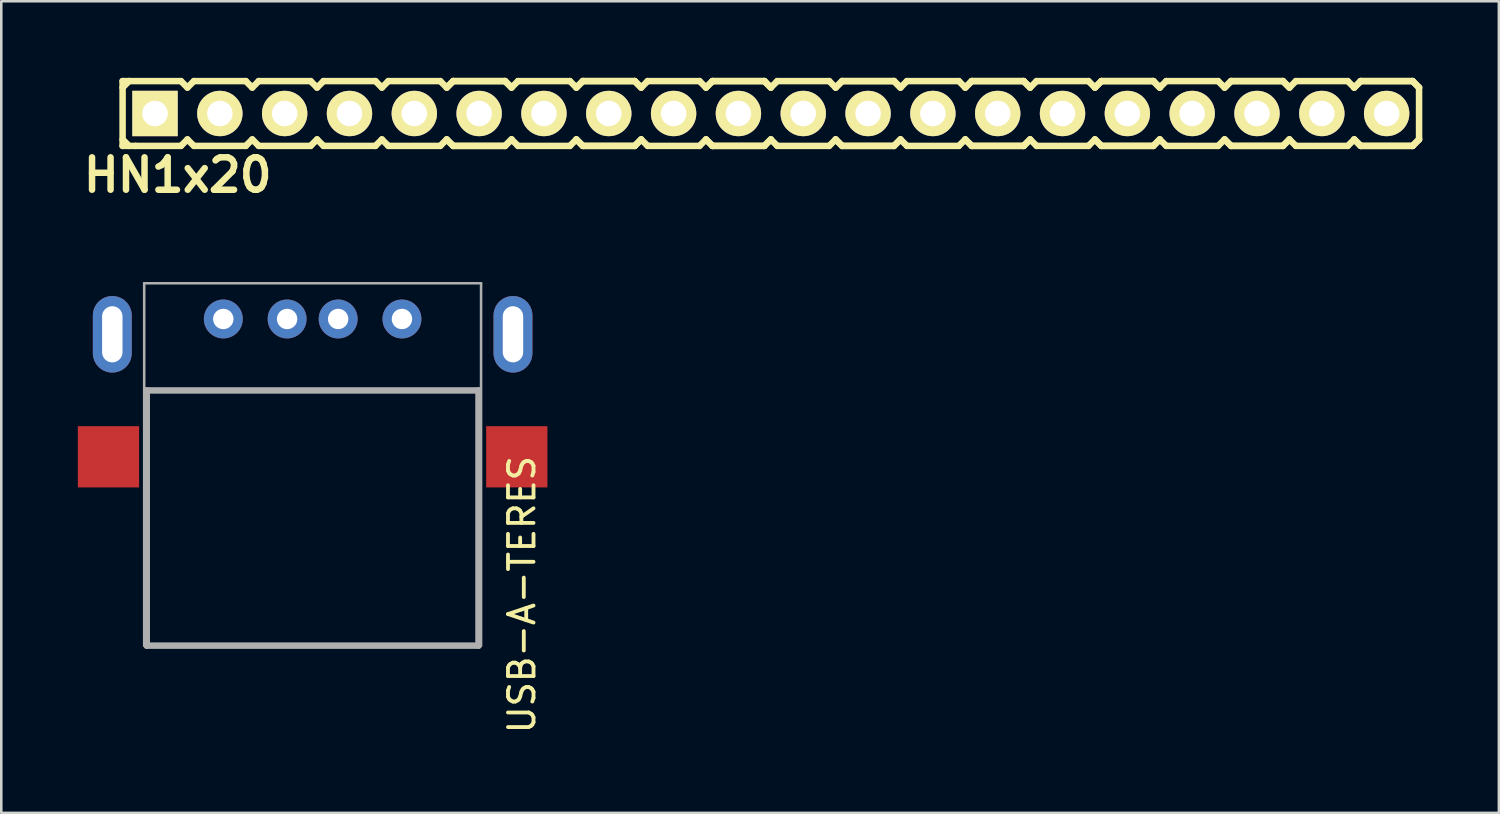
<source format=kicad_pcb>
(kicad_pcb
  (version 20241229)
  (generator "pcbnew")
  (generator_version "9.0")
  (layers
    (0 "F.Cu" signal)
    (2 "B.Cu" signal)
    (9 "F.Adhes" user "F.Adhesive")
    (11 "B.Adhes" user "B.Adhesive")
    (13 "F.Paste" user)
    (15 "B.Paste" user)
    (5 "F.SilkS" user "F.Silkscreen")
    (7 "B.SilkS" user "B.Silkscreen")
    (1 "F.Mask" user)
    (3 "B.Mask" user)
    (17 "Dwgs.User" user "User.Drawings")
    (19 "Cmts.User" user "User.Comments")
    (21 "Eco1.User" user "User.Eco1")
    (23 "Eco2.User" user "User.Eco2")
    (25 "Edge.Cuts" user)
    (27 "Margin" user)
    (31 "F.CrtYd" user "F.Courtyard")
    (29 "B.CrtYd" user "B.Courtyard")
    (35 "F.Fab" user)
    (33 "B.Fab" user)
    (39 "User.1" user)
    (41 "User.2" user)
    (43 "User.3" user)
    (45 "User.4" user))
  (footprint "HN1x20"
    (layer "F.Cu")
    (at 27.154 1.397)
    (property "Reference" "HN1x20" (at -23.241 2.413 0) (layer "F.SilkS") (effects (font (size 1.27 1.27) (thickness 0.254))))
    (attr smd)
    (fp_line (start -25.4 -1.27) (end -25.4 1.27) (stroke (width 0.254) (type solid)) (layer "F.SilkS"))
    (fp_line (start -25.4 -1.27) (end -25.146 -1.27) (stroke (width 0.254) (type solid)) (layer "F.SilkS"))
    (fp_line (start -25.4 -1.016) (end -25.146 -1.27) (stroke (width 0.254) (type solid)) (layer "F.SilkS"))
    (fp_line (start -25.146 -1.27) (end -23.114 -1.27) (stroke (width 0.254) (type solid)) (layer "F.SilkS"))
    (fp_line (start -25.146 1.27) (end -25.4 1.016) (stroke (width 0.254) (type solid)) (layer "F.SilkS"))
    (fp_line (start -24.892 1.27) (end -25.4 1.27) (stroke (width 0.254) (type solid)) (layer "F.SilkS"))
    (fp_line (start -23.114 -1.27) (end -22.86 -1.016) (stroke (width 0.254) (type solid)) (layer "F.SilkS"))
    (fp_line (start -23.114 1.27) (end -24.892 1.27) (stroke (width 0.254) (type solid)) (layer "F.SilkS"))
    (fp_line (start -22.86 -1.016) (end -22.606 -1.27) (stroke (width 0.254) (type solid)) (layer "F.SilkS"))
    (fp_line (start -22.86 1.016) (end -23.114 1.27) (stroke (width 0.254) (type solid)) (layer "F.SilkS"))
    (fp_line (start -22.606 -1.27) (end -20.574 -1.27) (stroke (width 0.254) (type solid)) (layer "F.SilkS"))
    (fp_line (start -22.606 1.27) (end -22.86 1.016) (stroke (width 0.254) (type solid)) (layer "F.SilkS"))
    (fp_line (start -20.574 -1.27) (end -20.32 -1.016) (stroke (width 0.254) (type solid)) (layer "F.SilkS"))
    (fp_line (start -20.574 1.27) (end -22.606 1.27) (stroke (width 0.254) (type solid)) (layer "F.SilkS"))
    (fp_line (start -20.574 1.27) (end -20.32 1.016) (stroke (width 0.254) (type solid)) (layer "F.SilkS"))
    (fp_line (start -20.32 -1.016) (end -20.066 -1.27) (stroke (width 0.254) (type solid)) (layer "F.SilkS"))
    (fp_line (start -20.32 1.016) (end -20.066 1.27) (stroke (width 0.254) (type solid)) (layer "F.SilkS"))
    (fp_line (start -20.066 -1.27) (end -18.034 -1.27) (stroke (width 0.254) (type solid)) (layer "F.SilkS"))
    (fp_line (start -18.034 -1.27) (end -17.78 -1.016) (stroke (width 0.254) (type solid)) (layer "F.SilkS"))
    (fp_line (start -18.034 1.27) (end -20.066 1.27) (stroke (width 0.254) (type solid)) (layer "F.SilkS"))
    (fp_line (start -17.78 -1.016) (end -17.526 -1.27) (stroke (width 0.254) (type solid)) (layer "F.SilkS"))
    (fp_line (start -17.78 1.016) (end -18.034 1.27) (stroke (width 0.254) (type solid)) (layer "F.SilkS"))
    (fp_line (start -17.526 -1.27) (end -15.494 -1.27) (stroke (width 0.254) (type solid)) (layer "F.SilkS"))
    (fp_line (start -17.526 1.27) (end -17.78 1.016) (stroke (width 0.254) (type solid)) (layer "F.SilkS"))
    (fp_line (start -15.494 -1.27) (end -15.24 -1.016) (stroke (width 0.254) (type solid)) (layer "F.SilkS"))
    (fp_line (start -15.494 1.27) (end -17.526 1.27) (stroke (width 0.254) (type solid)) (layer "F.SilkS"))
    (fp_line (start -15.24 -1.016) (end -14.986 -1.27) (stroke (width 0.254) (type solid)) (layer "F.SilkS"))
    (fp_line (start -15.24 1.016) (end -15.494 1.27) (stroke (width 0.254) (type solid)) (layer "F.SilkS"))
    (fp_line (start -14.986 -1.27) (end -12.954 -1.27) (stroke (width 0.254) (type solid)) (layer "F.SilkS"))
    (fp_line (start -14.986 1.27) (end -15.24 1.016) (stroke (width 0.254) (type solid)) (layer "F.SilkS"))
    (fp_line (start -12.954 -1.27) (end -12.7 -1.016) (stroke (width 0.254) (type solid)) (layer "F.SilkS"))
    (fp_line (start -12.954 1.27) (end -14.986 1.27) (stroke (width 0.254) (type solid)) (layer "F.SilkS"))
    (fp_line (start -12.7 -1.016) (end -12.446 -1.27) (stroke (width 0.254) (type solid)) (layer "F.SilkS"))
    (fp_line (start -12.7 -1.016) (end -12.446 -1.27) (stroke (width 0.254) (type solid)) (layer "F.SilkS"))
    (fp_line (start -12.7 1.016) (end -12.954 1.27) (stroke (width 0.254) (type solid)) (layer "F.SilkS"))
    (fp_line (start -12.446 -1.27) (end -10.414 -1.27) (stroke (width 0.254) (type solid)) (layer "F.SilkS"))
    (fp_line (start -12.446 -1.27) (end -10.414 -1.27) (stroke (width 0.254) (type solid)) (layer "F.SilkS"))
    (fp_line (start -12.446 1.27) (end -12.7 1.016) (stroke (width 0.254) (type solid)) (layer "F.SilkS"))
    (fp_line (start -12.446 1.27) (end -12.7 1.016) (stroke (width 0.254) (type solid)) (layer "F.SilkS"))
    (fp_line (start -10.414 -1.27) (end -10.16 -1.016) (stroke (width 0.254) (type solid)) (layer "F.SilkS"))
    (fp_line (start -10.414 -1.27) (end -10.16 -1.016) (stroke (width 0.254) (type solid)) (layer "F.SilkS"))
    (fp_line (start -10.414 1.27) (end -12.446 1.27) (stroke (width 0.254) (type solid)) (layer "F.SilkS"))
    (fp_line (start -10.414 1.27) (end -12.446 1.27) (stroke (width 0.254) (type solid)) (layer "F.SilkS"))
    (fp_line (start -10.16 -1.016) (end -9.906 -1.27) (stroke (width 0.254) (type solid)) (layer "F.SilkS"))
    (fp_line (start -10.16 1.016) (end -10.414 1.27) (stroke (width 0.254) (type solid)) (layer "F.SilkS"))
    (fp_line (start -10.16 1.016) (end -10.414 1.27) (stroke (width 0.254) (type solid)) (layer "F.SilkS"))
    (fp_line (start -9.906 -1.27) (end -7.874 -1.27) (stroke (width 0.254) (type solid)) (layer "F.SilkS"))
    (fp_line (start -9.906 1.27) (end -10.16 1.016) (stroke (width 0.254) (type solid)) (layer "F.SilkS"))
    (fp_line (start -7.874 -1.27) (end -7.62 -1.016) (stroke (width 0.254) (type solid)) (layer "F.SilkS"))
    (fp_line (start -7.874 1.27) (end -9.906 1.27) (stroke (width 0.254) (type solid)) (layer "F.SilkS"))
    (fp_line (start -7.62 -1.016) (end -7.366 -1.27) (stroke (width 0.254) (type solid)) (layer "F.SilkS"))
    (fp_line (start -7.62 -1.016) (end -7.366 -1.27) (stroke (width 0.254) (type solid)) (layer "F.SilkS"))
    (fp_line (start -7.62 1.016) (end -7.874 1.27) (stroke (width 0.254) (type solid)) (layer "F.SilkS"))
    (fp_line (start -7.366 -1.27) (end -5.334 -1.27) (stroke (width 0.254) (type solid)) (layer "F.SilkS"))
    (fp_line (start -7.366 -1.27) (end -5.334 -1.27) (stroke (width 0.254) (type solid)) (layer "F.SilkS"))
    (fp_line (start -7.366 1.27) (end -7.62 1.016) (stroke (width 0.254) (type solid)) (layer "F.SilkS"))
    (fp_line (start -7.366 1.27) (end -7.62 1.016) (stroke (width 0.254) (type solid)) (layer "F.SilkS"))
    (fp_line (start -5.334 -1.27) (end -5.08 -1.016) (stroke (width 0.254) (type solid)) (layer "F.SilkS"))
    (fp_line (start -5.334 -1.27) (end -5.08 -1.016) (stroke (width 0.254) (type solid)) (layer "F.SilkS"))
    (fp_line (start -5.334 1.27) (end -7.366 1.27) (stroke (width 0.254) (type solid)) (layer "F.SilkS"))
    (fp_line (start -5.334 1.27) (end -7.366 1.27) (stroke (width 0.254) (type solid)) (layer "F.SilkS"))
    (fp_line (start -5.08 -1.016) (end -4.826 -1.27) (stroke (width 0.254) (type solid)) (layer "F.SilkS"))
    (fp_line (start -5.08 1.016) (end -5.334 1.27) (stroke (width 0.254) (type solid)) (layer "F.SilkS"))
    (fp_line (start -5.08 1.016) (end -5.334 1.27) (stroke (width 0.254) (type solid)) (layer "F.SilkS"))
    (fp_line (start -4.826 -1.27) (end -2.794 -1.27) (stroke (width 0.254) (type solid)) (layer "F.SilkS"))
    (fp_line (start -4.826 1.27) (end -5.08 1.016) (stroke (width 0.254) (type solid)) (layer "F.SilkS"))
    (fp_line (start -2.794 -1.27) (end -2.54 -1.016) (stroke (width 0.254) (type solid)) (layer "F.SilkS"))
    (fp_line (start -2.794 1.27) (end -4.826 1.27) (stroke (width 0.254) (type solid)) (layer "F.SilkS"))
    (fp_line (start -2.54 -1.016) (end -2.286 -1.27) (stroke (width 0.254) (type solid)) (layer "F.SilkS"))
    (fp_line (start -2.54 -1.016) (end -2.286 -1.27) (stroke (width 0.254) (type solid)) (layer "F.SilkS"))
    (fp_line (start -2.54 1.016) (end -2.794 1.27) (stroke (width 0.254) (type solid)) (layer "F.SilkS"))
    (fp_line (start -2.286 -1.27) (end -0.254 -1.27) (stroke (width 0.254) (type solid)) (layer "F.SilkS"))
    (fp_line (start -2.286 -1.27) (end -0.254 -1.27) (stroke (width 0.254) (type solid)) (layer "F.SilkS"))
    (fp_line (start -2.286 1.27) (end -2.54 1.016) (stroke (width 0.254) (type solid)) (layer "F.SilkS"))
    (fp_line (start -2.286 1.27) (end -2.54 1.016) (stroke (width 0.254) (type solid)) (layer "F.SilkS"))
    (fp_line (start -0.254 -1.27) (end 0 -1.016) (stroke (width 0.254) (type solid)) (layer "F.SilkS"))
    (fp_line (start -0.254 -1.27) (end 0 -1.016) (stroke (width 0.254) (type solid)) (layer "F.SilkS"))
    (fp_line (start -0.254 1.27) (end -2.286 1.27) (stroke (width 0.254) (type solid)) (layer "F.SilkS"))
    (fp_line (start -0.254 1.27) (end -2.286 1.27) (stroke (width 0.254) (type solid)) (layer "F.SilkS"))
    (fp_line (start 0 -1.016) (end 0.254 -1.27) (stroke (width 0.254) (type solid)) (layer "F.SilkS"))
    (fp_line (start 0 1.016) (end -0.254 1.27) (stroke (width 0.254) (type solid)) (layer "F.SilkS"))
    (fp_line (start 0 1.016) (end -0.254 1.27) (stroke (width 0.254) (type solid)) (layer "F.SilkS"))
    (fp_line (start 0.254 -1.27) (end 2.286 -1.27) (stroke (width 0.254) (type solid)) (layer "F.SilkS"))
    (fp_line (start 0.254 1.27) (end 0 1.016) (stroke (width 0.254) (type solid)) (layer "F.SilkS"))
    (fp_line (start 2.286 -1.27) (end 2.54 -1.016) (stroke (width 0.254) (type solid)) (layer "F.SilkS"))
    (fp_line (start 2.286 1.27) (end 0.254 1.27) (stroke (width 0.254) (type solid)) (layer "F.SilkS"))
    (fp_line (start 2.54 -1.016) (end 2.794 -1.27) (stroke (width 0.254) (type solid)) (layer "F.SilkS"))
    (fp_line (start 2.54 -1.016) (end 2.794 -1.27) (stroke (width 0.254) (type solid)) (layer "F.SilkS"))
    (fp_line (start 2.54 1.016) (end 2.286 1.27) (stroke (width 0.254) (type solid)) (layer "F.SilkS"))
    (fp_line (start 2.794 -1.27) (end 4.826 -1.27) (stroke (width 0.254) (type solid)) (layer "F.SilkS"))
    (fp_line (start 2.794 -1.27) (end 4.826 -1.27) (stroke (width 0.254) (type solid)) (layer "F.SilkS"))
    (fp_line (start 2.794 1.27) (end 2.54 1.016) (stroke (width 0.254) (type solid)) (layer "F.SilkS"))
    (fp_line (start 2.794 1.27) (end 2.54 1.016) (stroke (width 0.254) (type solid)) (layer "F.SilkS"))
    (fp_line (start 4.826 -1.27) (end 5.08 -1.016) (stroke (width 0.254) (type solid)) (layer "F.SilkS"))
    (fp_line (start 4.826 -1.27) (end 5.08 -1.016) (stroke (width 0.254) (type solid)) (layer "F.SilkS"))
    (fp_line (start 4.826 1.27) (end 2.794 1.27) (stroke (width 0.254) (type solid)) (layer "F.SilkS"))
    (fp_line (start 4.826 1.27) (end 2.794 1.27) (stroke (width 0.254) (type solid)) (layer "F.SilkS"))
    (fp_line (start 5.08 -1.016) (end 5.334 -1.27) (stroke (width 0.254) (type solid)) (layer "F.SilkS"))
    (fp_line (start 5.08 1.016) (end 4.826 1.27) (stroke (width 0.254) (type solid)) (layer "F.SilkS"))
    (fp_line (start 5.08 1.016) (end 4.826 1.27) (stroke (width 0.254) (type solid)) (layer "F.SilkS"))
    (fp_line (start 5.334 -1.27) (end 7.366 -1.27) (stroke (width 0.254) (type solid)) (layer "F.SilkS"))
    (fp_line (start 5.334 1.27) (end 5.08 1.016) (stroke (width 0.254) (type solid)) (layer "F.SilkS"))
    (fp_line (start 7.366 -1.27) (end 7.62 -1.016) (stroke (width 0.254) (type solid)) (layer "F.SilkS"))
    (fp_line (start 7.366 1.27) (end 5.334 1.27) (stroke (width 0.254) (type solid)) (layer "F.SilkS"))
    (fp_line (start 7.62 -1.016) (end 7.874 -1.27) (stroke (width 0.254) (type solid)) (layer "F.SilkS"))
    (fp_line (start 7.62 -1.016) (end 7.874 -1.27) (stroke (width 0.254) (type solid)) (layer "F.SilkS"))
    (fp_line (start 7.62 1.016) (end 7.366 1.27) (stroke (width 0.254) (type solid)) (layer "F.SilkS"))
    (fp_line (start 7.874 -1.27) (end 9.906 -1.27) (stroke (width 0.254) (type solid)) (layer "F.SilkS"))
    (fp_line (start 7.874 -1.27) (end 9.906 -1.27) (stroke (width 0.254) (type solid)) (layer "F.SilkS"))
    (fp_line (start 7.874 1.27) (end 7.62 1.016) (stroke (width 0.254) (type solid)) (layer "F.SilkS"))
    (fp_line (start 7.874 1.27) (end 7.62 1.016) (stroke (width 0.254) (type solid)) (layer "F.SilkS"))
    (fp_line (start 9.906 -1.27) (end 10.16 -1.016) (stroke (width 0.254) (type solid)) (layer "F.SilkS"))
    (fp_line (start 9.906 -1.27) (end 10.16 -1.016) (stroke (width 0.254) (type solid)) (layer "F.SilkS"))
    (fp_line (start 9.906 1.27) (end 7.874 1.27) (stroke (width 0.254) (type solid)) (layer "F.SilkS"))
    (fp_line (start 9.906 1.27) (end 7.874 1.27) (stroke (width 0.254) (type solid)) (layer "F.SilkS"))
    (fp_line (start 10.16 -1.016) (end 10.414 -1.27) (stroke (width 0.254) (type solid)) (layer "F.SilkS"))
    (fp_line (start 10.16 1.016) (end 9.906 1.27) (stroke (width 0.254) (type solid)) (layer "F.SilkS"))
    (fp_line (start 10.16 1.016) (end 9.906 1.27) (stroke (width 0.254) (type solid)) (layer "F.SilkS"))
    (fp_line (start 10.414 -1.27) (end 12.446 -1.27) (stroke (width 0.254) (type solid)) (layer "F.SilkS"))
    (fp_line (start 10.414 1.27) (end 10.16 1.016) (stroke (width 0.254) (type solid)) (layer "F.SilkS"))
    (fp_line (start 12.446 -1.27) (end 12.7 -1.016) (stroke (width 0.254) (type solid)) (layer "F.SilkS"))
    (fp_line (start 12.446 1.27) (end 10.414 1.27) (stroke (width 0.254) (type solid)) (layer "F.SilkS"))
    (fp_line (start 12.7 -1.016) (end 12.954 -1.27) (stroke (width 0.254) (type solid)) (layer "F.SilkS"))
    (fp_line (start 12.7 -1.016) (end 12.954 -1.27) (stroke (width 0.254) (type solid)) (layer "F.SilkS"))
    (fp_line (start 12.7 1.016) (end 12.446 1.27) (stroke (width 0.254) (type solid)) (layer "F.SilkS"))
    (fp_line (start 12.954 -1.27) (end 14.986 -1.27) (stroke (width 0.254) (type solid)) (layer "F.SilkS"))
    (fp_line (start 12.954 -1.27) (end 14.986 -1.27) (stroke (width 0.254) (type solid)) (layer "F.SilkS"))
    (fp_line (start 12.954 1.27) (end 12.7 1.016) (stroke (width 0.254) (type solid)) (layer "F.SilkS"))
    (fp_line (start 12.954 1.27) (end 12.7 1.016) (stroke (width 0.254) (type solid)) (layer "F.SilkS"))
    (fp_line (start 14.986 -1.27) (end 15.24 -1.016) (stroke (width 0.254) (type solid)) (layer "F.SilkS"))
    (fp_line (start 14.986 -1.27) (end 15.24 -1.016) (stroke (width 0.254) (type solid)) (layer "F.SilkS"))
    (fp_line (start 14.986 1.27) (end 12.954 1.27) (stroke (width 0.254) (type solid)) (layer "F.SilkS"))
    (fp_line (start 14.986 1.27) (end 12.954 1.27) (stroke (width 0.254) (type solid)) (layer "F.SilkS"))
    (fp_line (start 15.24 -1.016) (end 15.494 -1.27) (stroke (width 0.254) (type solid)) (layer "F.SilkS"))
    (fp_line (start 15.24 1.016) (end 14.986 1.27) (stroke (width 0.254) (type solid)) (layer "F.SilkS"))
    (fp_line (start 15.24 1.016) (end 14.986 1.27) (stroke (width 0.254) (type solid)) (layer "F.SilkS"))
    (fp_line (start 15.494 -1.27) (end 17.526 -1.27) (stroke (width 0.254) (type solid)) (layer "F.SilkS"))
    (fp_line (start 15.494 1.27) (end 15.24 1.016) (stroke (width 0.254) (type solid)) (layer "F.SilkS"))
    (fp_line (start 17.526 -1.27) (end 17.78 -1.016) (stroke (width 0.254) (type solid)) (layer "F.SilkS"))
    (fp_line (start 17.526 1.27) (end 15.494 1.27) (stroke (width 0.254) (type solid)) (layer "F.SilkS"))
    (fp_line (start 17.78 -1.016) (end 18.034 -1.27) (stroke (width 0.254) (type solid)) (layer "F.SilkS"))
    (fp_line (start 17.78 -1.016) (end 18.034 -1.27) (stroke (width 0.254) (type solid)) (layer "F.SilkS"))
    (fp_line (start 17.78 1.016) (end 17.526 1.27) (stroke (width 0.254) (type solid)) (layer "F.SilkS"))
    (fp_line (start 18.034 -1.27) (end 20.066 -1.27) (stroke (width 0.254) (type solid)) (layer "F.SilkS"))
    (fp_line (start 18.034 -1.27) (end 20.066 -1.27) (stroke (width 0.254) (type solid)) (layer "F.SilkS"))
    (fp_line (start 18.034 1.27) (end 17.78 1.016) (stroke (width 0.254) (type solid)) (layer "F.SilkS"))
    (fp_line (start 18.034 1.27) (end 17.78 1.016) (stroke (width 0.254) (type solid)) (layer "F.SilkS"))
    (fp_line (start 20.066 -1.27) (end 20.32 -1.016) (stroke (width 0.254) (type solid)) (layer "F.SilkS"))
    (fp_line (start 20.066 -1.27) (end 20.32 -1.016) (stroke (width 0.254) (type solid)) (layer "F.SilkS"))
    (fp_line (start 20.066 1.27) (end 18.034 1.27) (stroke (width 0.254) (type solid)) (layer "F.SilkS"))
    (fp_line (start 20.066 1.27) (end 18.034 1.27) (stroke (width 0.254) (type solid)) (layer "F.SilkS"))
    (fp_line (start 20.32 -1.016) (end 20.574 -1.27) (stroke (width 0.254) (type solid)) (layer "F.SilkS"))
    (fp_line (start 20.32 1.016) (end 20.066 1.27) (stroke (width 0.254) (type solid)) (layer "F.SilkS"))
    (fp_line (start 20.32 1.016) (end 20.066 1.27) (stroke (width 0.254) (type solid)) (layer "F.SilkS"))
    (fp_line (start 20.574 -1.27) (end 22.606 -1.27) (stroke (width 0.254) (type solid)) (layer "F.SilkS"))
    (fp_line (start 20.574 1.27) (end 20.32 1.016) (stroke (width 0.254) (type solid)) (layer "F.SilkS"))
    (fp_line (start 22.606 -1.27) (end 22.86 -1.016) (stroke (width 0.254) (type solid)) (layer "F.SilkS"))
    (fp_line (start 22.606 1.27) (end 20.574 1.27) (stroke (width 0.254) (type solid)) (layer "F.SilkS"))
    (fp_line (start 22.86 -1.016) (end 23.114 -1.27) (stroke (width 0.254) (type solid)) (layer "F.SilkS"))
    (fp_line (start 22.86 -1.016) (end 23.114 -1.27) (stroke (width 0.254) (type solid)) (layer "F.SilkS"))
    (fp_line (start 22.86 1.016) (end 22.606 1.27) (stroke (width 0.254) (type solid)) (layer "F.SilkS"))
    (fp_line (start 23.114 -1.27) (end 25.146 -1.27) (stroke (width 0.254) (type solid)) (layer "F.SilkS"))
    (fp_line (start 23.114 -1.27) (end 25.146 -1.27) (stroke (width 0.254) (type solid)) (layer "F.SilkS"))
    (fp_line (start 23.114 1.27) (end 22.86 1.016) (stroke (width 0.254) (type solid)) (layer "F.SilkS"))
    (fp_line (start 23.114 1.27) (end 22.86 1.016) (stroke (width 0.254) (type solid)) (layer "F.SilkS"))
    (fp_line (start 25.146 -1.27) (end 25.4 -1.016) (stroke (width 0.254) (type solid)) (layer "F.SilkS"))
    (fp_line (start 25.146 -1.27) (end 25.4 -1.016) (stroke (width 0.254) (type solid)) (layer "F.SilkS"))
    (fp_line (start 25.146 1.27) (end 23.114 1.27) (stroke (width 0.254) (type solid)) (layer "F.SilkS"))
    (fp_line (start 25.146 1.27) (end 23.114 1.27) (stroke (width 0.254) (type solid)) (layer "F.SilkS"))
    (fp_line (start 25.4 -1.016) (end 25.4 1.016) (stroke (width 0.254) (type solid)) (layer "F.SilkS"))
    (fp_line (start 25.4 1.016) (end 25.146 1.27) (stroke (width 0.254) (type solid)) (layer "F.SilkS"))
    (fp_line (start 25.4 1.016) (end 25.146 1.27) (stroke (width 0.254) (type solid)) (layer "F.SilkS"))
    (pad "1" thru_hole rect (at -24.13 0) (size 1.778 1.778) (drill 1) (layers "*.Cu" "*.Mask" "F.SilkS" "B.Adhes"))
    (pad "2" thru_hole circle (at -21.59 0) (size 1.778 1.778) (drill 1) (layers "*.Cu" "*.Mask" "F.SilkS" "B.Adhes"))
    (pad "3" thru_hole circle (at -19.05 0) (size 1.778 1.778) (drill 1) (layers "*.Cu" "*.Mask" "F.SilkS" "B.Adhes"))
    (pad "4" thru_hole circle (at -16.51 0) (size 1.778 1.778) (drill 1) (layers "*.Cu" "*.Mask" "F.SilkS" "B.Adhes"))
    (pad "5" thru_hole circle (at -13.97 0) (size 1.778 1.778) (drill 1) (layers "*.Cu" "*.Mask" "F.SilkS" "B.Adhes"))
    (pad "6" thru_hole circle (at -11.43 0) (size 1.778 1.778) (drill 1) (layers "*.Cu" "*.Mask" "F.SilkS" "B.Adhes"))
    (pad "7" thru_hole circle (at -8.89 0) (size 1.778 1.778) (drill 1) (layers "*.Cu" "*.Mask" "F.SilkS" "B.Adhes"))
    (pad "8" thru_hole circle (at -6.35 0) (size 1.778 1.778) (drill 1) (layers "*.Cu" "*.Mask" "F.SilkS" "B.Adhes"))
    (pad "9" thru_hole circle (at -3.81 0) (size 1.778 1.778) (drill 1) (layers "*.Cu" "*.Mask" "F.SilkS" "B.Adhes"))
    (pad "10" thru_hole circle (at -1.27 0) (size 1.778 1.778) (drill 1) (layers "*.Cu" "*.Mask" "F.SilkS" "B.Adhes"))
    (pad "11" thru_hole circle (at 1.27 0) (size 1.778 1.778) (drill 1) (layers "*.Cu" "*.Mask" "F.SilkS" "B.Adhes"))
    (pad "12" thru_hole circle (at 3.81 0) (size 1.778 1.778) (drill 1) (layers "*.Cu" "*.Mask" "F.SilkS" "B.Adhes"))
    (pad "13" thru_hole circle (at 6.35 0) (size 1.778 1.778) (drill 1) (layers "*.Cu" "*.Mask" "F.SilkS" "B.Adhes"))
    (pad "14" thru_hole circle (at 8.89 0) (size 1.778 1.778) (drill 1) (layers "*.Cu" "*.Mask" "F.SilkS" "B.Adhes"))
    (pad "15" thru_hole circle (at 11.43 0) (size 1.778 1.778) (drill 1) (layers "*.Cu" "*.Mask" "F.SilkS" "B.Adhes"))
    (pad "16" thru_hole circle (at 13.97 0) (size 1.778 1.778) (drill 1) (layers "*.Cu" "*.Mask" "F.SilkS" "B.Adhes"))
    (pad "17" thru_hole circle (at 16.51 0) (size 1.778 1.778) (drill 1) (layers "*.Cu" "*.Mask" "F.SilkS" "B.Adhes"))
    (pad "18" thru_hole circle (at 19.05 0) (size 1.778 1.778) (drill 1) (layers "*.Cu" "*.Mask" "F.SilkS" "B.Adhes"))
    (pad "19" thru_hole circle (at 21.59 0) (size 1.778 1.778) (drill 1) (layers "*.Cu" "*.Mask" "F.SilkS" "B.Adhes"))
    (pad "20" thru_hole circle (at 24.13 0) (size 1.778 1.778) (drill 1) (layers "*.Cu" "*.Mask" "F.SilkS" "B.Adhes")))
  (footprint "USB-A-TERES"
    (layer "F.Cu")
    (at 9.2 22.249)
    (property "Reference" "USB-A-TERES" (at 8.2 -2 270) (layer "F.SilkS") (effects (font (size 1 1) (thickness 0.15))))
    (attr through_hole)
    (fp_line (start -6.6 -14.2) (end 6.6 -14.2) (stroke (width 0.1) (type solid)) (layer "F.Fab"))
    (fp_line (start -6.6 0) (end -6.6 -14.2) (stroke (width 0.1) (type solid)) (layer "F.Fab"))
    (fp_line (start -6.5 -10) (end 6.5 -10) (stroke (width 0.254) (type solid)) (layer "F.Fab"))
    (fp_line (start -6.5 0) (end -6.5 -10) (stroke (width 0.254) (type solid)) (layer "F.Fab"))
    (fp_line (start 6.5 -10) (end 6.5 0) (stroke (width 0.254) (type solid)) (layer "F.Fab"))
    (fp_line (start 6.5 0) (end -6.5 0) (stroke (width 0.254) (type solid)) (layer "F.Fab"))
    (fp_line (start 6.6 -14.2) (end 6.6 0) (stroke (width 0.1) (type solid)) (layer "F.Fab"))
    (pad "0" smd rect (at -8 -7.4) (size 2.4 2.4) (layers "F.Cu" "F.Mask" "F.Paste"))
    (pad "0" thru_hole oval (at -7.85 -12.2) (size 1.524 3) (drill oval 0.8 2.2) (layers "*.Cu" "*.Paste" "*.Mask"))
    (pad "0" thru_hole oval (at 7.85 -12.2) (size 1.524 3) (drill oval 0.8 2.2) (layers "*.Cu" "*.Paste" "*.Mask"))
    (pad "0" smd rect (at 8 -7.4) (size 2.4 2.4) (layers "F.Cu" "F.Mask" "F.Paste"))
    (pad "1" thru_hole circle (at -3.5 -12.8) (size 1.524 1.524) (drill 0.8) (layers "*.Cu" "*.Paste" "*.Mask"))
    (pad "2" thru_hole circle (at -1 -12.8) (size 1.524 1.524) (drill 0.8) (layers "*.Cu" "*.Paste" "*.Mask"))
    (pad "3" thru_hole circle (at 1 -12.8) (size 1.524 1.524) (drill 0.8) (layers "*.Cu" "*.Paste" "*.Mask"))
    (pad "4" thru_hole circle (at 3.5 -12.8) (size 1.524 1.524) (drill 0.8) (layers "*.Cu" "*.Paste" "*.Mask")))
  (gr_rect
    (start -3 -3)
    (end 55.681 28.802)
    (stroke (width 0.1) (type default))
    (fill no)
    (layer "Edge.Cuts")))
</source>
